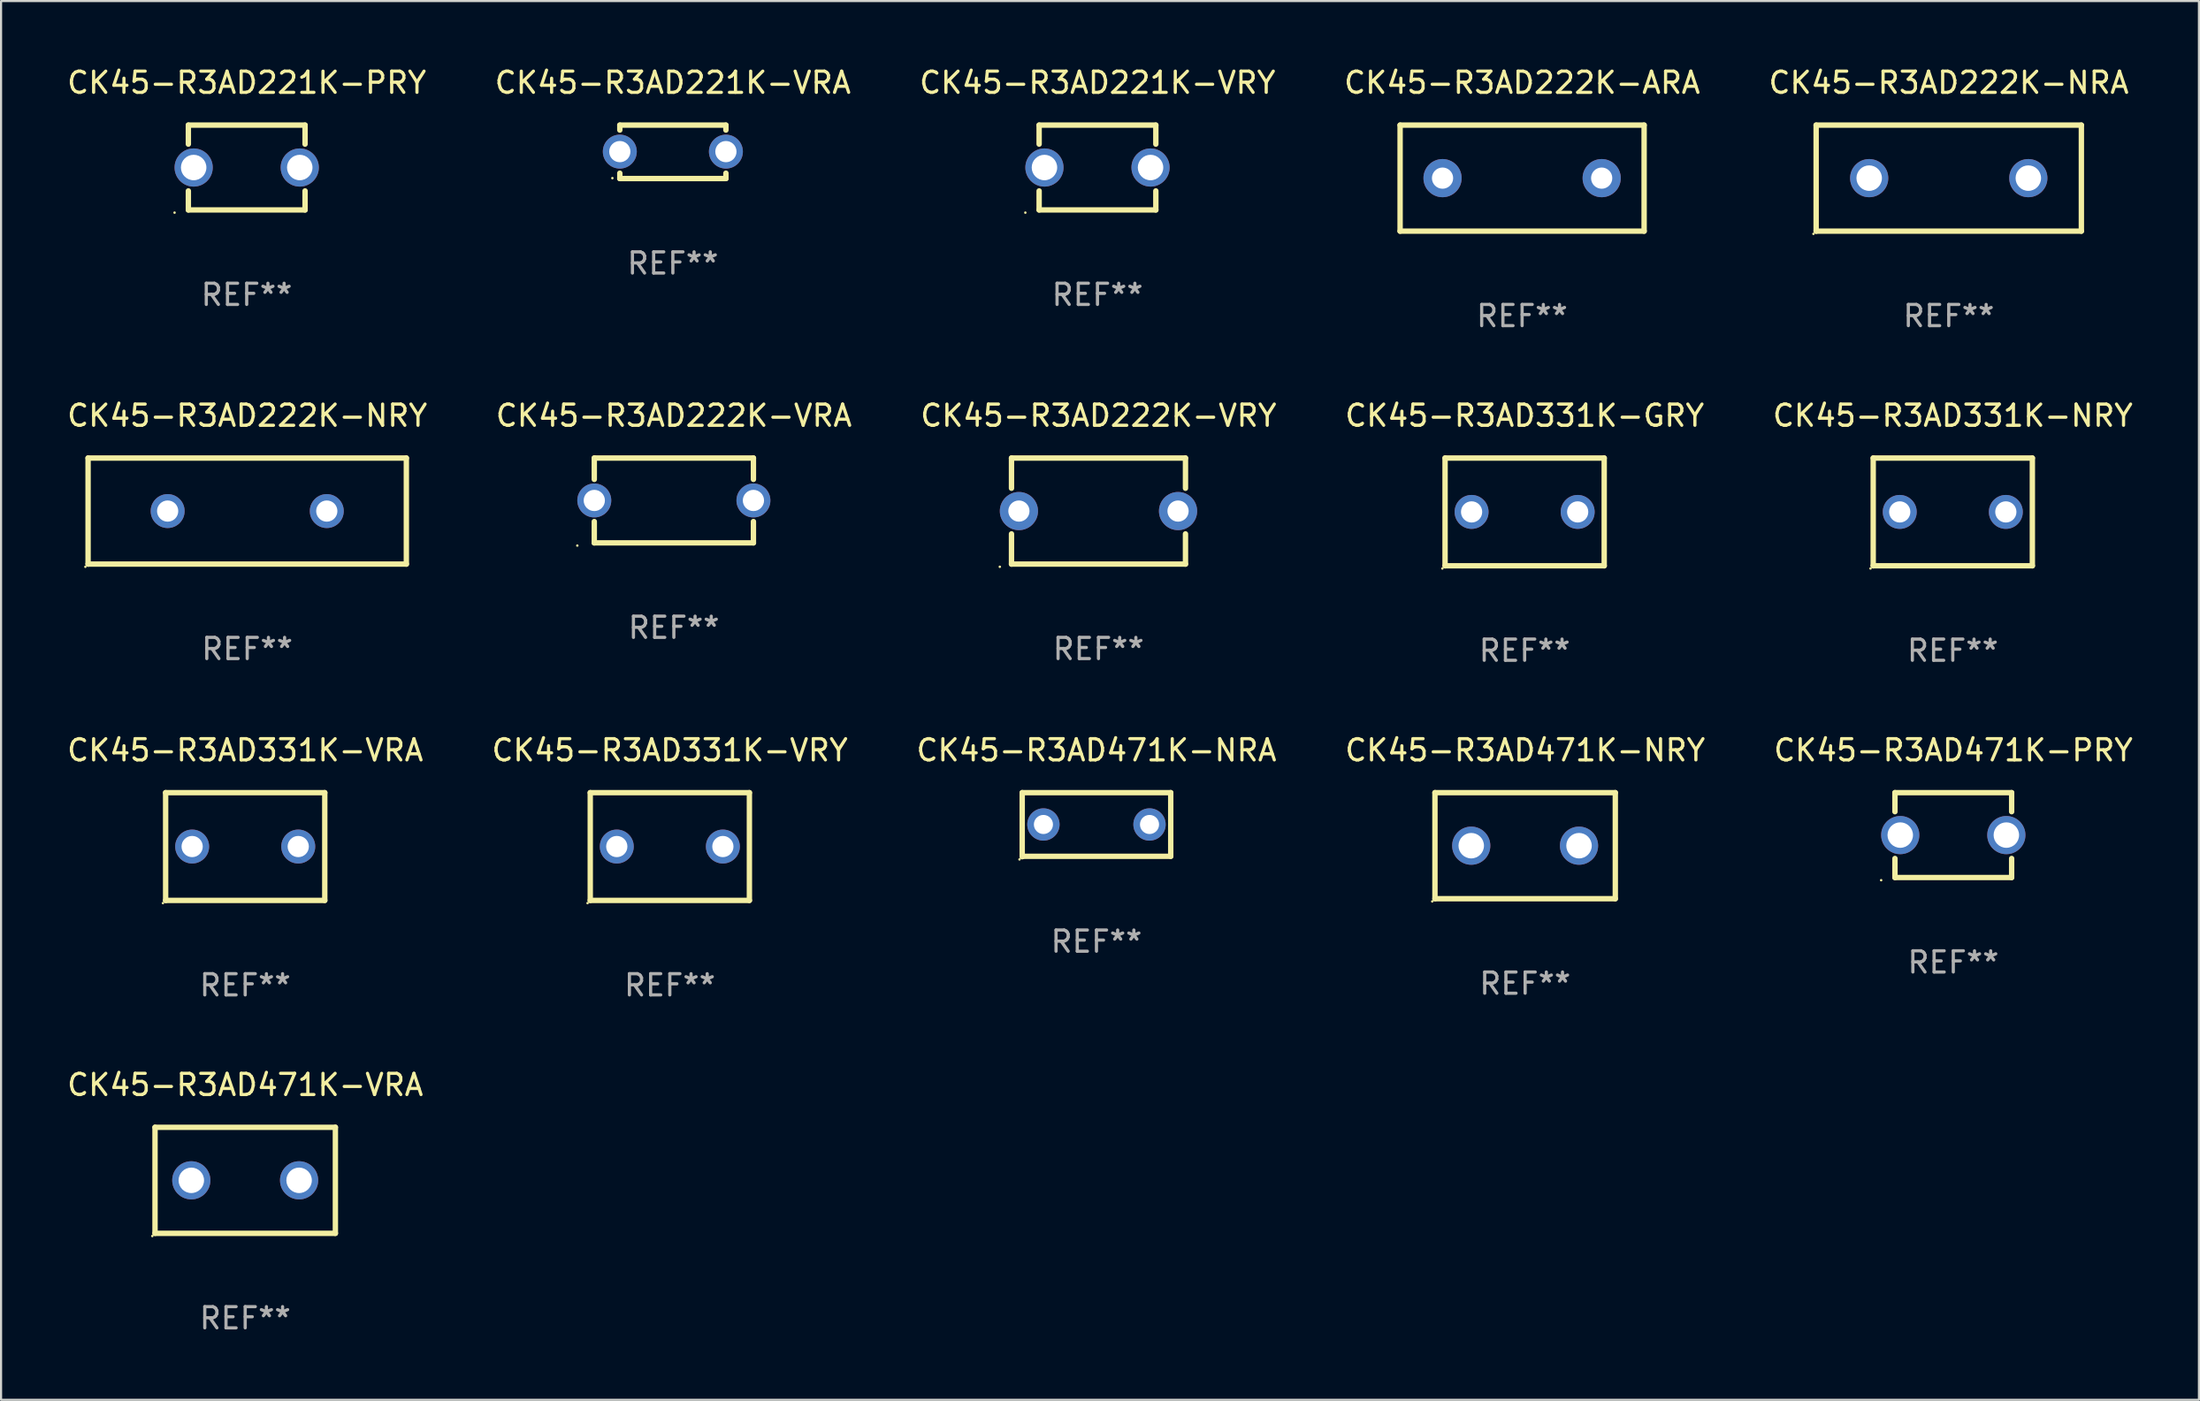
<source format=kicad_pcb>
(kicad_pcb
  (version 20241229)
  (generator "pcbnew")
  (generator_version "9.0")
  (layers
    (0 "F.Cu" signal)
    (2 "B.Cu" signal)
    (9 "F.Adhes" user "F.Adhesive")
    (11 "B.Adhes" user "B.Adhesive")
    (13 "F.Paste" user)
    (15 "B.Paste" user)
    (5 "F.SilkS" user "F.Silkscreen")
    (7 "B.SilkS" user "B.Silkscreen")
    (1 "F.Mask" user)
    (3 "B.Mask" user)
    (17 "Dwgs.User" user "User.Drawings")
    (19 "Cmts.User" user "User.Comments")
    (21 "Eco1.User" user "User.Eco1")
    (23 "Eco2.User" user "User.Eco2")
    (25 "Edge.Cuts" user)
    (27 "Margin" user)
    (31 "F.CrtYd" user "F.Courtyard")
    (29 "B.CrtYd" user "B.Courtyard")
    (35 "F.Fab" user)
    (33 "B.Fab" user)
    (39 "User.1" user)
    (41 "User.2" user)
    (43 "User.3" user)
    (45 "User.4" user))
  (footprint "CK45-R3AD222K-VRA"
    (layer "F.Cu")
    (at 28.708 20.545)
    (property "Reference" "CK45-R3AD222K-VRA" (at 0 -4 0) (layer "F.SilkS") (effects (font (size 1 1) (thickness 0.15))))
    (attr through_hole)
    (fp_line (start -3.75 -2) (end 3.75 -2) (stroke (width 0.254) (type solid)) (layer "F.SilkS"))
    (fp_line (start -3.75 -0.993) (end -3.75 -2) (stroke (width 0.254) (type solid)) (layer "F.SilkS"))
    (fp_line (start -3.75 2) (end -3.75 0.993) (stroke (width 0.254) (type solid)) (layer "F.SilkS"))
    (fp_line (start 3.75 -2) (end 3.75 -0.993) (stroke (width 0.254) (type solid)) (layer "F.SilkS"))
    (fp_line (start 3.75 0.993) (end 3.75 2) (stroke (width 0.254) (type solid)) (layer "F.SilkS"))
    (fp_line (start 3.75 2) (end -3.75 2) (stroke (width 0.254) (type solid)) (layer "F.SilkS"))
    (fp_circle (center -4.55 2.127) (end -4.52 2.127) (stroke (width 0.06) (type solid)) (fill no) (layer "F.SilkS"))
    (fp_text user "REF**" (at 0 6 0) (layer "F.Fab") (effects (font (size 1 1) (thickness 0.15))))
    (pad "1" thru_hole circle (at -3.75 0) (size 1.6 1.6) (drill 1) (layers "*.Cu" "*.Mask"))
    (pad "2" thru_hole circle (at 3.75 0) (size 1.6 1.6) (drill 1) (layers "*.Cu" "*.Mask")))
  (footprint "CK45-R3AD222K-ARA"
    (layer "F.Cu")
    (at 68.685 5.348)
    (property "Reference" "CK45-R3AD222K-ARA" (at 0 -4.5 0) (layer "F.SilkS") (effects (font (size 1 1) (thickness 0.15))))
    (attr through_hole)
    (fp_line (start -5.75 -2.5) (end 5.75 -2.5) (stroke (width 0.254) (type solid)) (layer "F.SilkS"))
    (fp_line (start -5.75 2.5) (end -5.75 -2.5) (stroke (width 0.254) (type solid)) (layer "F.SilkS"))
    (fp_line (start 5.75 -2.5) (end 5.75 2.5) (stroke (width 0.254) (type solid)) (layer "F.SilkS"))
    (fp_line (start 5.75 2.5) (end -5.75 2.5) (stroke (width 0.254) (type solid)) (layer "F.SilkS"))
    (fp_circle (center -5.75 2.5) (end -5.72 2.5) (stroke (width 0.06) (type solid)) (fill no) (layer "F.SilkS"))
    (fp_text user "REF**" (at 0 6.5 0) (layer "F.Fab") (effects (font (size 1 1) (thickness 0.15))))
    (pad "1" thru_hole circle (at -3.75 0) (size 1.8 1.8) (drill 1) (layers "*.Cu" "*.Mask"))
    (pad "2" thru_hole circle (at 3.75 0) (size 1.8 1.8) (drill 1) (layers "*.Cu" "*.Mask")))
  (footprint "CK45-R3AD331K-VRA"
    (layer "F.Cu")
    (at 8.506 36.861)
    (property "Reference" "CK45-R3AD331K-VRA" (at 0 -4.54 0) (layer "F.SilkS") (effects (font (size 1 1) (thickness 0.15))))
    (attr through_hole)
    (fp_line (start -3.75 -2.54) (end 3.75 -2.54) (stroke (width 0.254) (type solid)) (layer "F.SilkS"))
    (fp_line (start -3.75 2.54) (end -3.75 -2.54) (stroke (width 0.254) (type solid)) (layer "F.SilkS"))
    (fp_line (start 3.75 -2.54) (end 3.75 2.54) (stroke (width 0.254) (type solid)) (layer "F.SilkS"))
    (fp_line (start 3.75 2.54) (end -3.75 2.54) (stroke (width 0.254) (type solid)) (layer "F.SilkS"))
    (fp_circle (center -3.877 2.667) (end -3.847 2.667) (stroke (width 0.06) (type solid)) (fill no) (layer "F.SilkS"))
    (fp_text user "REF**" (at 0 6.54 0) (layer "F.Fab") (effects (font (size 1 1) (thickness 0.15))))
    (pad "1" thru_hole circle (at -2.5 0) (size 1.6 1.6) (drill 1) (layers "*.Cu" "*.Mask"))
    (pad "2" thru_hole circle (at 2.5 0) (size 1.6 1.6) (drill 1) (layers "*.Cu" "*.Mask")))
  (footprint "CK45-R3AD331K-NRY"
    (layer "F.Cu")
    (at 88.982 21.085)
    (property "Reference" "CK45-R3AD331K-NRY" (at 0 -4.54 0) (layer "F.SilkS") (effects (font (size 1 1) (thickness 0.15))))
    (attr through_hole)
    (fp_line (start -3.75 -2.54) (end 3.75 -2.54) (stroke (width 0.254) (type solid)) (layer "F.SilkS"))
    (fp_line (start -3.75 2.54) (end -3.75 -2.54) (stroke (width 0.254) (type solid)) (layer "F.SilkS"))
    (fp_line (start 3.75 -2.54) (end 3.75 2.54) (stroke (width 0.254) (type solid)) (layer "F.SilkS"))
    (fp_line (start 3.75 2.54) (end -3.75 2.54) (stroke (width 0.254) (type solid)) (layer "F.SilkS"))
    (fp_circle (center -3.877 2.667) (end -3.847 2.667) (stroke (width 0.06) (type solid)) (fill no) (layer "F.SilkS"))
    (fp_text user "REF**" (at 0 6.54 0) (layer "F.Fab") (effects (font (size 1 1) (thickness 0.15))))
    (pad "1" thru_hole circle (at -2.5 0) (size 1.6 1.6) (drill 1) (layers "*.Cu" "*.Mask"))
    (pad "2" thru_hole circle (at 2.5 0) (size 1.6 1.6) (drill 1) (layers "*.Cu" "*.Mask")))
  (footprint "CK45-R3AD331K-GRY"
    (layer "F.Cu")
    (at 68.804 21.085)
    (property "Reference" "CK45-R3AD331K-GRY" (at 0 -4.54 0) (layer "F.SilkS") (effects (font (size 1 1) (thickness 0.15))))
    (attr through_hole)
    (fp_line (start -3.75 -2.54) (end 3.75 -2.54) (stroke (width 0.254) (type solid)) (layer "F.SilkS"))
    (fp_line (start -3.75 2.54) (end -3.75 -2.54) (stroke (width 0.254) (type solid)) (layer "F.SilkS"))
    (fp_line (start 3.75 -2.54) (end 3.75 2.54) (stroke (width 0.254) (type solid)) (layer "F.SilkS"))
    (fp_line (start 3.75 2.54) (end -3.75 2.54) (stroke (width 0.254) (type solid)) (layer "F.SilkS"))
    (fp_circle (center -3.877 2.667) (end -3.847 2.667) (stroke (width 0.06) (type solid)) (fill no) (layer "F.SilkS"))
    (fp_text user "REF**" (at 0 6.54 0) (layer "F.Fab") (effects (font (size 1 1) (thickness 0.15))))
    (pad "1" thru_hole circle (at -2.5 0) (size 1.6 1.6) (drill 1) (layers "*.Cu" "*.Mask"))
    (pad "2" thru_hole circle (at 2.5 0) (size 1.6 1.6) (drill 1) (layers "*.Cu" "*.Mask")))
  (footprint "CK45-R3AD221K-PRY"
    (layer "F.Cu")
    (at 8.577 4.848)
    (property "Reference" "CK45-R3AD221K-PRY" (at 0 -4 0) (layer "F.SilkS") (effects (font (size 1 1) (thickness 0.15))))
    (attr through_hole)
    (fp_line (start -2.75 -2) (end -2.75 -1.103) (stroke (width 0.254) (type solid)) (layer "F.SilkS"))
    (fp_line (start -2.75 -2) (end 2.75 -2) (stroke (width 0.254) (type solid)) (layer "F.SilkS"))
    (fp_line (start -2.75 1.103) (end -2.75 2) (stroke (width 0.254) (type solid)) (layer "F.SilkS"))
    (fp_line (start 2.75 -2) (end 2.75 -1.103) (stroke (width 0.254) (type solid)) (layer "F.SilkS"))
    (fp_line (start 2.75 1.103) (end 2.75 2) (stroke (width 0.254) (type solid)) (layer "F.SilkS"))
    (fp_line (start 2.75 2) (end -2.75 2) (stroke (width 0.254) (type solid)) (layer "F.SilkS"))
    (fp_circle (center -3.4 2.127) (end -3.37 2.127) (stroke (width 0.06) (type solid)) (fill no) (layer "F.SilkS"))
    (fp_text user "REF**" (at 0 6 0) (layer "F.Fab") (effects (font (size 1 1) (thickness 0.15))))
    (pad "1" thru_hole circle (at -2.5 0) (size 1.8 1.8) (drill 1.2) (layers "*.Cu" "*.Mask"))
    (pad "2" thru_hole circle (at 2.5 0) (size 1.8 1.8) (drill 1.2) (layers "*.Cu" "*.Mask")))
  (footprint "CK45-R3AD222K-VRY"
    (layer "F.Cu")
    (at 48.72 21.045)
    (property "Reference" "CK45-R3AD222K-VRY" (at 0 -4.5 0) (layer "F.SilkS") (effects (font (size 1 1) (thickness 0.15))))
    (attr through_hole)
    (fp_line (start -4.1 -2.5) (end -4.1 -1.076) (stroke (width 0.254) (type solid)) (layer "F.SilkS"))
    (fp_line (start -4.1 -2.5) (end 4.1 -2.5) (stroke (width 0.254) (type solid)) (layer "F.SilkS"))
    (fp_line (start -4.1 1.076) (end -4.1 2.5) (stroke (width 0.254) (type solid)) (layer "F.SilkS"))
    (fp_line (start -4.1 2.5) (end 4.1 2.5) (stroke (width 0.254) (type solid)) (layer "F.SilkS"))
    (fp_line (start 4.1 -2.5) (end 4.1 -1.076) (stroke (width 0.254) (type solid)) (layer "F.SilkS"))
    (fp_line (start 4.1 1.076) (end 4.1 2.5) (stroke (width 0.254) (type solid)) (layer "F.SilkS"))
    (fp_circle (center -4.65 2.627) (end -4.62 2.627) (stroke (width 0.06) (type solid)) (fill no) (layer "F.SilkS"))
    (fp_text user "REF**" (at 0 6.5 0) (layer "F.Fab") (effects (font (size 1 1) (thickness 0.15))))
    (pad "1" thru_hole circle (at -3.75 0) (size 1.8 1.8) (drill 1) (layers "*.Cu" "*.Mask"))
    (pad "2" thru_hole circle (at 3.75 0) (size 1.8 1.8) (drill 1) (layers "*.Cu" "*.Mask")))
  (footprint "CK45-R3AD221K-VRY"
    (layer "F.Cu")
    (at 48.673 4.848)
    (property "Reference" "CK45-R3AD221K-VRY" (at 0 -4 0) (layer "F.SilkS") (effects (font (size 1 1) (thickness 0.15))))
    (attr through_hole)
    (fp_line (start -2.75 -2) (end -2.75 -1.103) (stroke (width 0.254) (type solid)) (layer "F.SilkS"))
    (fp_line (start -2.75 -2) (end 2.75 -2) (stroke (width 0.254) (type solid)) (layer "F.SilkS"))
    (fp_line (start -2.75 1.103) (end -2.75 2) (stroke (width 0.254) (type solid)) (layer "F.SilkS"))
    (fp_line (start 2.75 -2) (end 2.75 -1.103) (stroke (width 0.254) (type solid)) (layer "F.SilkS"))
    (fp_line (start 2.75 1.103) (end 2.75 2) (stroke (width 0.254) (type solid)) (layer "F.SilkS"))
    (fp_line (start 2.75 2) (end -2.75 2) (stroke (width 0.254) (type solid)) (layer "F.SilkS"))
    (fp_circle (center -3.4 2.127) (end -3.37 2.127) (stroke (width 0.06) (type solid)) (fill no) (layer "F.SilkS"))
    (fp_text user "REF**" (at 0 6 0) (layer "F.Fab") (effects (font (size 1 1) (thickness 0.15))))
    (pad "1" thru_hole circle (at -2.5 0) (size 1.8 1.8) (drill 1.2) (layers "*.Cu" "*.Mask"))
    (pad "2" thru_hole circle (at 2.5 0) (size 1.8 1.8) (drill 1.2) (layers "*.Cu" "*.Mask")))
  (footprint "CK45-R3AD222K-NRY"
    (layer "F.Cu")
    (at 8.601 21.045)
    (property "Reference" "CK45-R3AD222K-NRY" (at 0 -4.5 0) (layer "F.SilkS") (effects (font (size 1 1) (thickness 0.15))))
    (attr through_hole)
    (fp_line (start -7.5 -2.5) (end 7.5 -2.5) (stroke (width 0.254) (type solid)) (layer "F.SilkS"))
    (fp_line (start -7.5 2.5) (end -7.5 -2.5) (stroke (width 0.254) (type solid)) (layer "F.SilkS"))
    (fp_line (start 7.5 -2.5) (end 7.5 2.5) (stroke (width 0.254) (type solid)) (layer "F.SilkS"))
    (fp_line (start 7.5 2.5) (end -7.5 2.5) (stroke (width 0.254) (type solid)) (layer "F.SilkS"))
    (fp_circle (center -7.627 2.627) (end -7.597 2.627) (stroke (width 0.06) (type solid)) (fill no) (layer "F.SilkS"))
    (fp_text user "REF**" (at 0 6.5 0) (layer "F.Fab") (effects (font (size 1 1) (thickness 0.15))))
    (pad "1" thru_hole circle (at -3.75 0) (size 1.6 1.6) (drill 1) (layers "*.Cu" "*.Mask"))
    (pad "2" thru_hole circle (at 3.75 0) (size 1.6 1.6) (drill 1) (layers "*.Cu" "*.Mask")))
  (footprint "CK45-R3AD221K-VRA"
    (layer "F.Cu")
    (at 28.661 4.108)
    (property "Reference" "CK45-R3AD221K-VRA" (at 0 -3.26 0) (layer "F.SilkS") (effects (font (size 1 1) (thickness 0.15))))
    (attr through_hole)
    (fp_line (start -2.5 -1.26) (end -2.5 -1.026) (stroke (width 0.254) (type solid)) (layer "F.SilkS"))
    (fp_line (start -2.5 -1.26) (end 2.5 -1.26) (stroke (width 0.254) (type solid)) (layer "F.SilkS"))
    (fp_line (start -2.5 1.26) (end -2.5 1.006) (stroke (width 0.254) (type solid)) (layer "F.SilkS"))
    (fp_line (start 2.5 -1.26) (end 2.5 -1.026) (stroke (width 0.254) (type solid)) (layer "F.SilkS"))
    (fp_line (start 2.5 1.26) (end -2.5 1.26) (stroke (width 0.254) (type solid)) (layer "F.SilkS"))
    (fp_line (start 2.5 1.26) (end 2.5 1.006) (stroke (width 0.254) (type solid)) (layer "F.SilkS"))
    (fp_circle (center -2.85 1.24) (end -2.82 1.24) (stroke (width 0.06) (type solid)) (fill no) (layer "F.SilkS"))
    (fp_text user "REF**" (at 0 5.26 0) (layer "F.Fab") (effects (font (size 1 1) (thickness 0.15))))
    (pad "1" thru_hole circle (at -2.5 -0.01) (size 1.6 1.6) (drill 1) (layers "*.Cu" "*.Mask"))
    (pad "2" thru_hole circle (at 2.5 -0.01) (size 1.6 1.6) (drill 1) (layers "*.Cu" "*.Mask")))
  (footprint "CK45-R3AD471K-NRA"
    (layer "F.Cu")
    (at 48.625 35.831)
    (property "Reference" "CK45-R3AD471K-NRA" (at 0 -3.51 0) (layer "F.SilkS") (effects (font (size 1 1) (thickness 0.15))))
    (attr through_hole)
    (fp_line (start -3.5 -1.51) (end 3.5 -1.51) (stroke (width 0.254) (type solid)) (layer "F.SilkS"))
    (fp_line (start -3.5 1.51) (end -3.5 -1.51) (stroke (width 0.254) (type solid)) (layer "F.SilkS"))
    (fp_line (start 3.5 -1.51) (end 3.5 1.49) (stroke (width 0.254) (type solid)) (layer "F.SilkS"))
    (fp_line (start 3.5 1.49) (end -3.5 1.49) (stroke (width 0.254) (type solid)) (layer "F.SilkS"))
    (fp_circle (center -3.627 1.637) (end -3.597 1.637) (stroke (width 0.06) (type solid)) (fill no) (layer "F.SilkS"))
    (fp_text user "REF**" (at 0 5.51 0) (layer "F.Fab") (effects (font (size 1 1) (thickness 0.15))))
    (pad "1" thru_hole circle (at -2.5 -0.01) (size 1.524 1.524) (drill 0.9) (layers "*.Cu" "*.Mask"))
    (pad "2" thru_hole circle (at 2.5 -0.01) (size 1.524 1.524) (drill 0.9) (layers "*.Cu" "*.Mask")))
  (footprint "CK45-R3AD471K-NRY"
    (layer "F.Cu")
    (at 68.827 36.821)
    (property "Reference" "CK45-R3AD471K-NRY" (at 0 -4.5 0) (layer "F.SilkS") (effects (font (size 1 1) (thickness 0.15))))
    (attr through_hole)
    (fp_line (start -4.25 -2.5) (end 4.25 -2.5) (stroke (width 0.254) (type solid)) (layer "F.SilkS"))
    (fp_line (start -4.25 2.5) (end -4.25 -2.5) (stroke (width 0.254) (type solid)) (layer "F.SilkS"))
    (fp_line (start 4.25 -2.5) (end 4.25 2.5) (stroke (width 0.254) (type solid)) (layer "F.SilkS"))
    (fp_line (start 4.25 2.5) (end -4.25 2.5) (stroke (width 0.254) (type solid)) (layer "F.SilkS"))
    (fp_circle (center -4.377 2.627) (end -4.347 2.627) (stroke (width 0.06) (type solid)) (fill no) (layer "F.SilkS"))
    (fp_text user "REF**" (at 0 6.5 0) (layer "F.Fab") (effects (font (size 1 1) (thickness 0.15))))
    (pad "1" thru_hole circle (at -2.54 0) (size 1.8 1.8) (drill 1.2) (layers "*.Cu" "*.Mask"))
    (pad "2" thru_hole circle (at 2.54 0) (size 1.8 1.8) (drill 1.2) (layers "*.Cu" "*.Mask")))
  (footprint "CK45-R3AD471K-PRY"
    (layer "F.Cu")
    (at 89.006 36.321)
    (property "Reference" "CK45-R3AD471K-PRY" (at 0 -4 0) (layer "F.SilkS") (effects (font (size 1 1) (thickness 0.15))))
    (attr through_hole)
    (fp_line (start -2.75 -2) (end -2.75 -1.103) (stroke (width 0.254) (type solid)) (layer "F.SilkS"))
    (fp_line (start -2.75 -2) (end 2.75 -2) (stroke (width 0.254) (type solid)) (layer "F.SilkS"))
    (fp_line (start -2.75 1.103) (end -2.75 2) (stroke (width 0.254) (type solid)) (layer "F.SilkS"))
    (fp_line (start 2.75 -2) (end 2.75 -1.103) (stroke (width 0.254) (type solid)) (layer "F.SilkS"))
    (fp_line (start 2.75 1.103) (end 2.75 2) (stroke (width 0.254) (type solid)) (layer "F.SilkS"))
    (fp_line (start 2.75 2) (end -2.75 2) (stroke (width 0.254) (type solid)) (layer "F.SilkS"))
    (fp_circle (center -3.4 2.127) (end -3.37 2.127) (stroke (width 0.06) (type solid)) (fill no) (layer "F.SilkS"))
    (fp_text user "REF**" (at 0 6 0) (layer "F.Fab") (effects (font (size 1 1) (thickness 0.15))))
    (pad "1" thru_hole circle (at -2.5 0) (size 1.8 1.8) (drill 1.2) (layers "*.Cu" "*.Mask"))
    (pad "2" thru_hole circle (at 2.5 0) (size 1.8 1.8) (drill 1.2) (layers "*.Cu" "*.Mask")))
  (footprint "CK45-R3AD471K-VRA"
    (layer "F.Cu")
    (at 8.506 52.598)
    (property "Reference" "CK45-R3AD471K-VRA" (at 0 -4.5 0) (layer "F.SilkS") (effects (font (size 1 1) (thickness 0.15))))
    (attr through_hole)
    (fp_line (start -4.25 -2.5) (end 4.25 -2.5) (stroke (width 0.254) (type solid)) (layer "F.SilkS"))
    (fp_line (start -4.25 2.5) (end -4.25 -2.5) (stroke (width 0.254) (type solid)) (layer "F.SilkS"))
    (fp_line (start 4.25 -2.5) (end 4.25 2.5) (stroke (width 0.254) (type solid)) (layer "F.SilkS"))
    (fp_line (start 4.25 2.5) (end -4.25 2.5) (stroke (width 0.254) (type solid)) (layer "F.SilkS"))
    (fp_circle (center -4.377 2.627) (end -4.347 2.627) (stroke (width 0.06) (type solid)) (fill no) (layer "F.SilkS"))
    (fp_text user "REF**" (at 0 6.5 0) (layer "F.Fab") (effects (font (size 1 1) (thickness 0.15))))
    (pad "1" thru_hole circle (at -2.54 0) (size 1.8 1.8) (drill 1.2) (layers "*.Cu" "*.Mask"))
    (pad "2" thru_hole circle (at 2.54 0) (size 1.8 1.8) (drill 1.2) (layers "*.Cu" "*.Mask")))
  (footprint "CK45-R3AD222K-NRA"
    (layer "F.Cu")
    (at 88.792 5.348)
    (property "Reference" "CK45-R3AD222K-NRA" (at 0 -4.5 0) (layer "F.SilkS") (effects (font (size 1 1) (thickness 0.15))))
    (attr through_hole)
    (fp_line (start -6.25 -2.5) (end 6.25 -2.5) (stroke (width 0.254) (type solid)) (layer "F.SilkS"))
    (fp_line (start -6.25 2.5) (end -6.25 -2.5) (stroke (width 0.254) (type solid)) (layer "F.SilkS"))
    (fp_line (start 6.25 -2.5) (end 6.25 2.5) (stroke (width 0.254) (type solid)) (layer "F.SilkS"))
    (fp_line (start 6.25 2.5) (end -6.25 2.5) (stroke (width 0.254) (type solid)) (layer "F.SilkS"))
    (fp_circle (center -6.377 2.627) (end -6.347 2.627) (stroke (width 0.06) (type solid)) (fill no) (layer "F.SilkS"))
    (fp_text user "REF**" (at 0 6.5 0) (layer "F.Fab") (effects (font (size 1 1) (thickness 0.15))))
    (pad "1" thru_hole circle (at -3.75 0) (size 1.8 1.8) (drill 1.2) (layers "*.Cu" "*.Mask"))
    (pad "2" thru_hole circle (at 3.75 0) (size 1.8 1.8) (drill 1.2) (layers "*.Cu" "*.Mask")))
  (footprint "CK45-R3AD331K-VRY"
    (layer "F.Cu")
    (at 28.518 36.861)
    (property "Reference" "CK45-R3AD331K-VRY" (at 0 -4.54 0) (layer "F.SilkS") (effects (font (size 1 1) (thickness 0.15))))
    (attr through_hole)
    (fp_line (start -3.75 -2.54) (end 3.75 -2.54) (stroke (width 0.254) (type solid)) (layer "F.SilkS"))
    (fp_line (start -3.75 2.54) (end -3.75 -2.54) (stroke (width 0.254) (type solid)) (layer "F.SilkS"))
    (fp_line (start 3.75 -2.54) (end 3.75 2.54) (stroke (width 0.254) (type solid)) (layer "F.SilkS"))
    (fp_line (start 3.75 2.54) (end -3.75 2.54) (stroke (width 0.254) (type solid)) (layer "F.SilkS"))
    (fp_circle (center -3.877 2.667) (end -3.847 2.667) (stroke (width 0.06) (type solid)) (fill no) (layer "F.SilkS"))
    (fp_text user "REF**" (at 0 6.54 0) (layer "F.Fab") (effects (font (size 1 1) (thickness 0.15))))
    (pad "1" thru_hole circle (at -2.5 0) (size 1.6 1.6) (drill 1) (layers "*.Cu" "*.Mask"))
    (pad "2" thru_hole circle (at 2.5 0) (size 1.6 1.6) (drill 1) (layers "*.Cu" "*.Mask")))
  (gr_rect
    (start -3 -3)
    (end 100.583 62.946)
    (stroke (width 0.1) (type default))
    (fill no)
    (layer "Edge.Cuts")))
</source>
